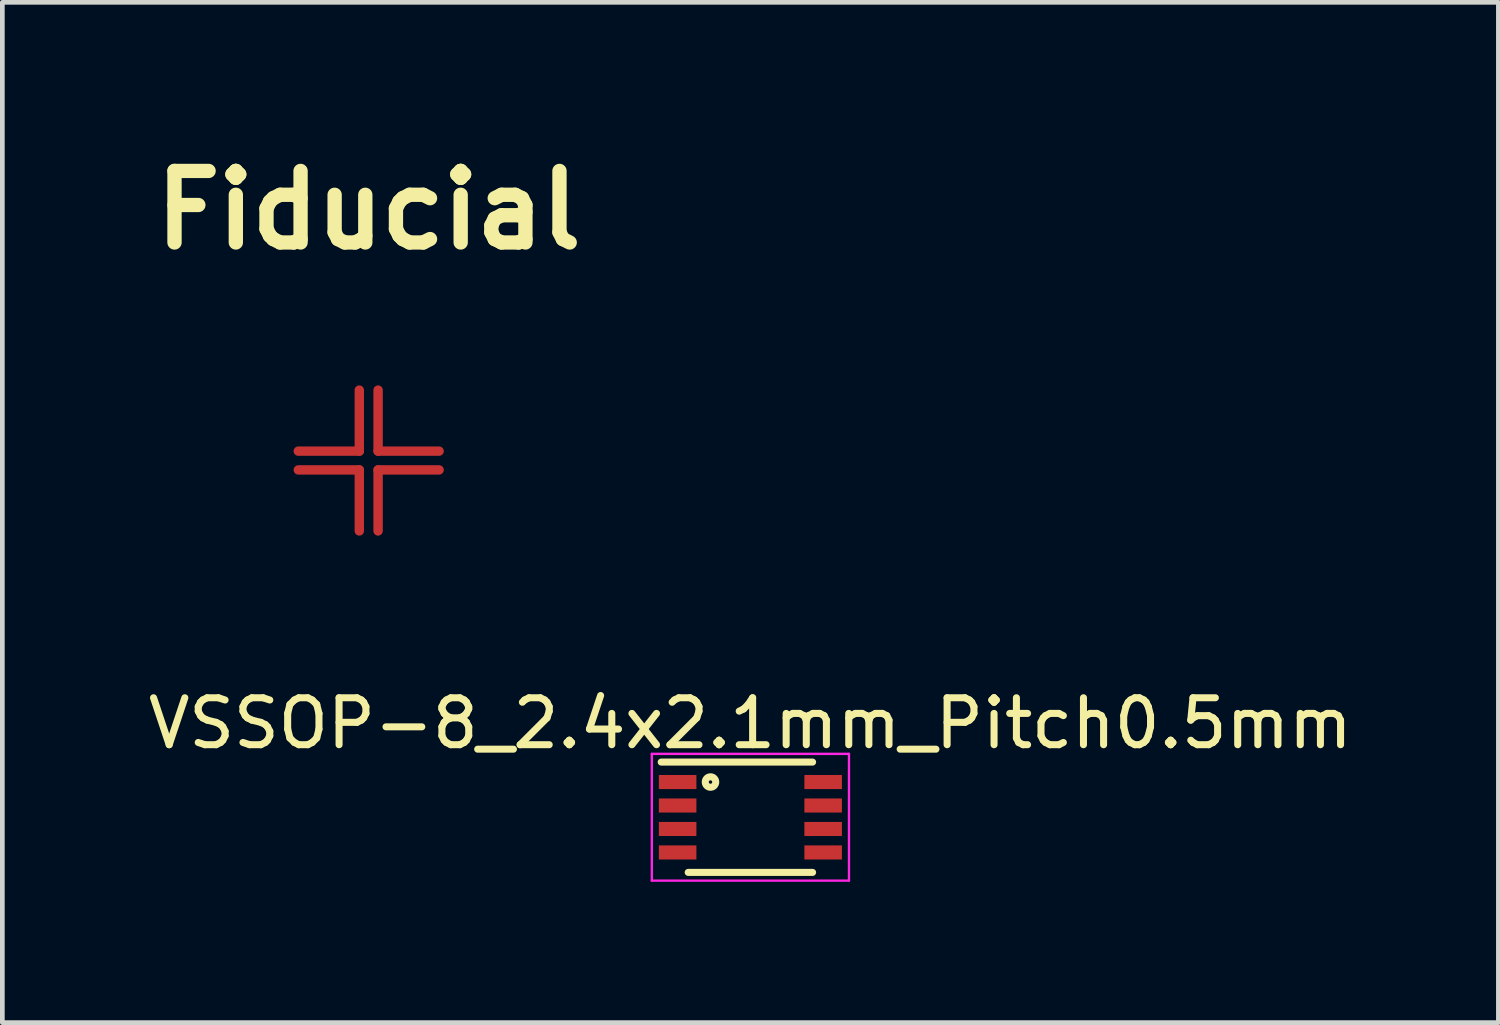
<source format=kicad_pcb>
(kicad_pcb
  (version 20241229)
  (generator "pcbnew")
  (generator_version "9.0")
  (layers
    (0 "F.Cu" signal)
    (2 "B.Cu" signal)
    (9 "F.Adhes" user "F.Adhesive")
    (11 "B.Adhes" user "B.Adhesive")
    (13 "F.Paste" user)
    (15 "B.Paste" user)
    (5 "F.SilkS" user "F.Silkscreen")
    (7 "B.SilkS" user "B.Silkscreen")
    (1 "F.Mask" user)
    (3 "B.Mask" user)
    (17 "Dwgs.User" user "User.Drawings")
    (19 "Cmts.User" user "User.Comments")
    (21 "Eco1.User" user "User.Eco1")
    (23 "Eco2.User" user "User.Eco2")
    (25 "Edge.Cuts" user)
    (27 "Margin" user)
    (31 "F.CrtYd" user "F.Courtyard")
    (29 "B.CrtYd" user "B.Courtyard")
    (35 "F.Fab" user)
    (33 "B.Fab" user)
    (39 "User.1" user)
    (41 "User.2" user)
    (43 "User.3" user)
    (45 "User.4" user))
  (footprint "Fiducial"
    (layer "F.Cu")
    (at 4.804 6.76)
    (property "Reference" "Fiducial" (at 0 -5.334 0) (layer "F.SilkS") (effects (font (size 1.524 1.524) (thickness 0.305))))
    (attr through_hole)
    (fp_line (start -0.2 -0.2) (end -1.5 -0.2) (stroke (width 0.2) (type solid)) (layer "F.Cu"))
    (fp_line (start -0.2 -0.2) (end -0.2 -1.5) (stroke (width 0.2) (type solid)) (layer "F.Cu"))
    (fp_line (start -0.2 0.2) (end -1.5 0.2) (stroke (width 0.2) (type solid)) (layer "F.Cu"))
    (fp_line (start -0.2 0.2) (end -0.2 1.5) (stroke (width 0.2) (type solid)) (layer "F.Cu"))
    (fp_line (start 0.2 -0.2) (end 0.2 -1.5) (stroke (width 0.2) (type solid)) (layer "F.Cu"))
    (fp_line (start 0.2 -0.2) (end 1.5 -0.2) (stroke (width 0.2) (type solid)) (layer "F.Cu"))
    (fp_line (start 0.2 0.2) (end 0.2 1.5) (stroke (width 0.2) (type solid)) (layer "F.Cu"))
    (fp_line (start 0.2 0.2) (end 1.5 0.2) (stroke (width 0.2) (type solid)) (layer "F.Cu"))
    (pad "" smd circle (at 0 0) (size 3.5 3.5) (layers "F.Mask")))
  (footprint "VSSOP-8_2.4x2.1mm_Pitch0.5mm"
    (layer "F.Cu")
    (at 12.935 14.359)
    (property "Reference" "VSSOP-8_2.4x2.1mm_Pitch0.5mm" (at 0 -2 0) (layer "F.SilkS") (effects (font (size 1 1) (thickness 0.15))))
    (attr smd)
    (fp_line (start -1.9 -1.175) (end 1.325 -1.175) (stroke (width 0.15) (type solid)) (layer "F.SilkS"))
    (fp_line (start -1.325 1.175) (end 1.325 1.175) (stroke (width 0.15) (type solid)) (layer "F.SilkS"))
    (fp_circle (center -0.85 -0.75) (end -0.75 -0.7) (stroke (width 0.15) (type solid)) (fill no) (layer "F.SilkS"))
    (fp_line (start -2.1 -1.35) (end 2.1 -1.35) (stroke (width 0.05) (type solid)) (layer "F.CrtYd"))
    (fp_line (start -2.1 1.35) (end -2.1 -1.35) (stroke (width 0.05) (type solid)) (layer "F.CrtYd"))
    (fp_line (start 2.1 -1.35) (end 2.1 1.35) (stroke (width 0.05) (type solid)) (layer "F.CrtYd"))
    (fp_line (start 2.1 1.35) (end -2.1 1.35) (stroke (width 0.05) (type solid)) (layer "F.CrtYd"))
    (pad "1" smd rect (at -1.55 -0.75) (size 0.8 0.3) (layers "F.Cu" "F.Mask" "F.Paste"))
    (pad "2" smd rect (at -1.55 -0.25) (size 0.8 0.3) (layers "F.Cu" "F.Mask" "F.Paste"))
    (pad "3" smd rect (at -1.55 0.25) (size 0.8 0.3) (layers "F.Cu" "F.Mask" "F.Paste"))
    (pad "4" smd rect (at -1.55 0.75) (size 0.8 0.3) (layers "F.Cu" "F.Mask" "F.Paste"))
    (pad "5" smd rect (at 1.55 0.75) (size 0.8 0.3) (layers "F.Cu" "F.Mask" "F.Paste"))
    (pad "6" smd rect (at 1.55 0.25) (size 0.8 0.3) (layers "F.Cu" "F.Mask" "F.Paste"))
    (pad "7" smd rect (at 1.55 -0.25) (size 0.8 0.3) (layers "F.Cu" "F.Mask" "F.Paste"))
    (pad "8" smd rect (at 1.55 -0.75) (size 0.8 0.3) (layers "F.Cu" "F.Mask" "F.Paste")))
  (gr_rect
    (start -3 -3)
    (end 28.869 18.734)
    (stroke (width 0.1) (type default))
    (fill no)
    (layer "Edge.Cuts")))
</source>
